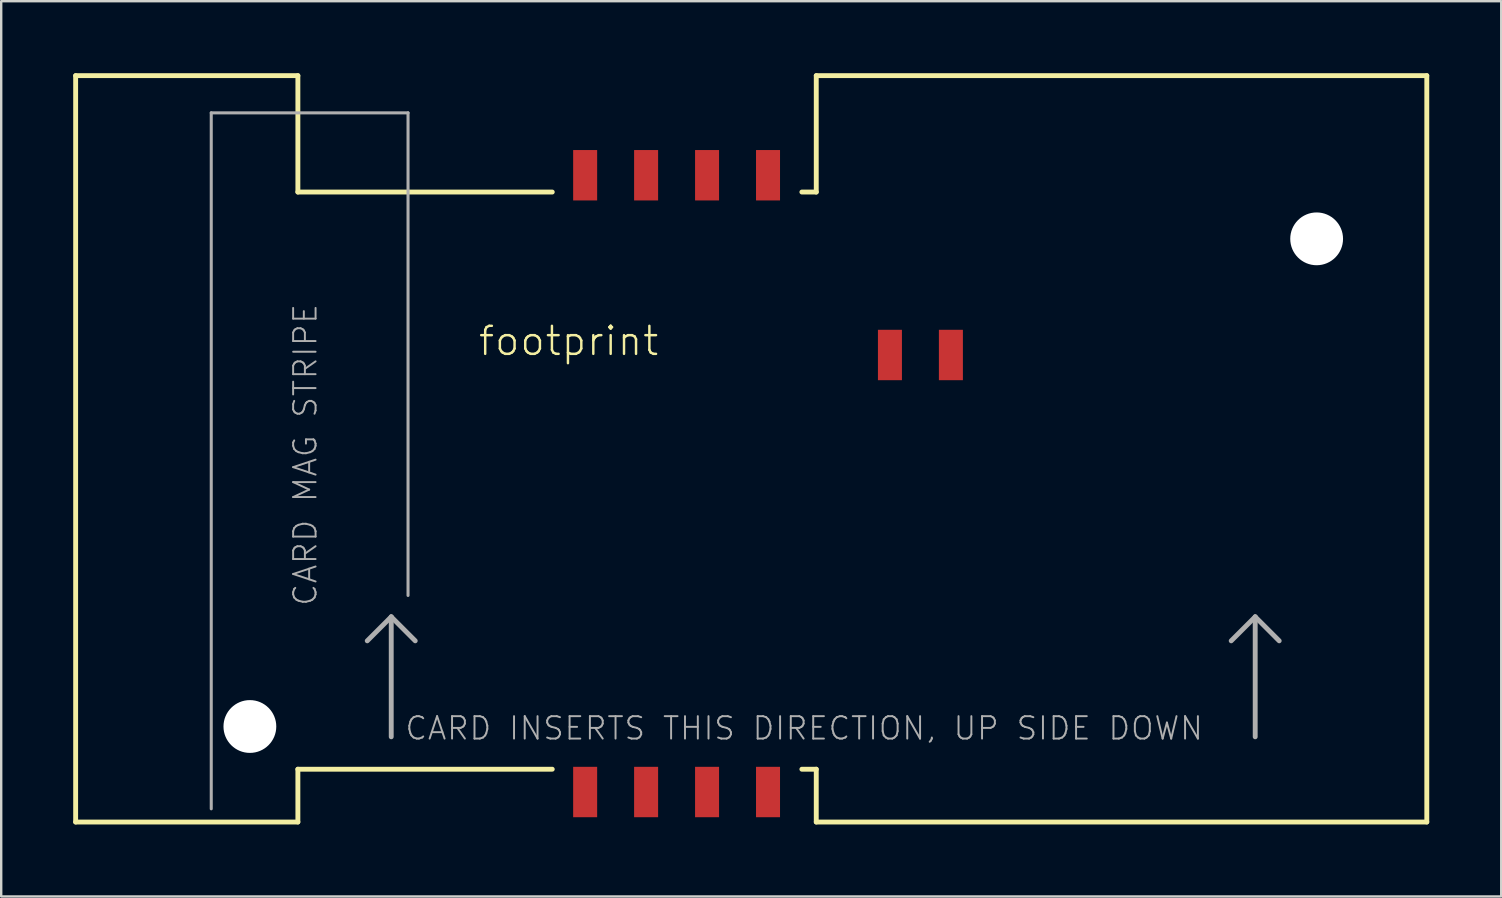
<source format=kicad_pcb>
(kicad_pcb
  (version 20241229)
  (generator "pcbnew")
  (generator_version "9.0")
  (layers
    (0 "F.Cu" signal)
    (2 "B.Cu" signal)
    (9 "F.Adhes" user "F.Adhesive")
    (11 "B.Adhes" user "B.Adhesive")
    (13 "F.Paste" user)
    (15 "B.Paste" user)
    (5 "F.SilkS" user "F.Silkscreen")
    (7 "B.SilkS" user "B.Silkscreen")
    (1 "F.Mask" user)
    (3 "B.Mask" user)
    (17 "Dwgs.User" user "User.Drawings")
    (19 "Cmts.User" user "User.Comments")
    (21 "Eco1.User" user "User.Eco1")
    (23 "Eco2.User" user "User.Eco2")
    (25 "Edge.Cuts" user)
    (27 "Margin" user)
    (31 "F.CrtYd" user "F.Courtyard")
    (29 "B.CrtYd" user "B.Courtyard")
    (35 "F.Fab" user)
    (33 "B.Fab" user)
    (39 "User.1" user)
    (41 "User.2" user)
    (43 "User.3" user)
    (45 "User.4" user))
  (footprint "footprint"
    (layer "F.Cu")
    (at 28.252 15.652)
    (property "Reference" "footprint" (at -11.43 -3.81 0) (layer "F.SilkS") (effects (font (size 1.168 1.168) (thickness 0.102)) (justify left bottom)))
    (fp_line (start -28.15 -15.55) (end -18.89 -15.55) (stroke (width 0.203) (type solid)) (layer "F.SilkS"))
    (fp_line (start -28.15 15.55) (end -28.15 -15.55) (stroke (width 0.203) (type solid)) (layer "F.SilkS"))
    (fp_line (start -18.89 -10.7) (end -18.89 -15.55) (stroke (width 0.203) (type solid)) (layer "F.SilkS"))
    (fp_line (start -18.89 -10.7) (end -8.29 -10.7) (stroke (width 0.203) (type solid)) (layer "F.SilkS"))
    (fp_line (start -18.89 13.35) (end -18.89 15.55) (stroke (width 0.203) (type solid)) (layer "F.SilkS"))
    (fp_line (start -18.89 13.35) (end -8.29 13.35) (stroke (width 0.203) (type solid)) (layer "F.SilkS"))
    (fp_line (start -18.89 15.55) (end -28.15 15.55) (stroke (width 0.203) (type solid)) (layer "F.SilkS"))
    (fp_line (start 2.11 -10.7) (end 2.71 -10.7) (stroke (width 0.203) (type solid)) (layer "F.SilkS"))
    (fp_line (start 2.11 13.35) (end 2.71 13.35) (stroke (width 0.203) (type solid)) (layer "F.SilkS"))
    (fp_line (start 2.71 -15.55) (end 28.15 -15.55) (stroke (width 0.203) (type solid)) (layer "F.SilkS"))
    (fp_line (start 2.71 -10.7) (end 2.71 -15.55) (stroke (width 0.203) (type solid)) (layer "F.SilkS"))
    (fp_line (start 2.71 13.35) (end 2.71 15.55) (stroke (width 0.203) (type solid)) (layer "F.SilkS"))
    (fp_line (start 28.15 -15.55) (end 28.15 15.55) (stroke (width 0.203) (type solid)) (layer "F.SilkS"))
    (fp_line (start 28.15 15.55) (end 2.71 15.55) (stroke (width 0.203) (type solid)) (layer "F.SilkS"))
    (fp_line (start -22.5 -14) (end -22.5 15) (stroke (width 0.127) (type solid)) (layer "F.Fab"))
    (fp_line (start -15 7) (end -16 8) (stroke (width 0.203) (type solid)) (layer "F.Fab"))
    (fp_line (start -15 7) (end -14 8) (stroke (width 0.203) (type solid)) (layer "F.Fab"))
    (fp_line (start -15 12) (end -15 7) (stroke (width 0.203) (type solid)) (layer "F.Fab"))
    (fp_line (start -14.3 -14) (end -22.5 -14) (stroke (width 0.127) (type solid)) (layer "F.Fab"))
    (fp_line (start -14.3 6.11) (end -14.3 -14) (stroke (width 0.127) (type solid)) (layer "F.Fab"))
    (fp_line (start 21 7) (end 20 8) (stroke (width 0.203) (type solid)) (layer "F.Fab"))
    (fp_line (start 21 7) (end 22 8) (stroke (width 0.203) (type solid)) (layer "F.Fab"))
    (fp_line (start 21 12) (end 21 7) (stroke (width 0.203) (type solid)) (layer "F.Fab"))
    (fp_text user "CARD MAG STRIPE" (at -18.034 6.604 90) (layer "F.Fab") (effects (font (size 0.935 0.935) (thickness 0.081)) (justify left bottom)))
    (fp_text user "CARD INSERTS THIS DIRECTION, UP SIDE DOWN" (at -14.478 12.192 0) (layer "F.Fab") (effects (font (size 0.935 0.935) (thickness 0.081)) (justify left bottom)))
    (pad "" np_thru_hole circle (at -20.89 11.57) (size 2.2 2.2) (drill 2.2) (layers "*.Cu" "*.Mask"))
    (pad "" np_thru_hole circle (at 23.56 -8.75) (size 2.2 2.2) (drill 2.2) (layers "*.Cu" "*.Mask"))
    (pad "C1" smd rect (at -6.92 -11.4 90) (size 2.1 1) (layers "F.Cu" "F.Mask" "F.Paste"))
    (pad "C2" smd rect (at -4.38 -11.4 90) (size 2.1 1) (layers "F.Cu" "F.Mask" "F.Paste"))
    (pad "C3" smd rect (at -1.84 -11.4 90) (size 2.1 1) (layers "F.Cu" "F.Mask" "F.Paste"))
    (pad "C4" smd rect (at 0.7 -11.4 90) (size 2.1 1) (layers "F.Cu" "F.Mask" "F.Paste"))
    (pad "C5" smd rect (at -6.92 14.3 90) (size 2.1 1) (layers "F.Cu" "F.Mask" "F.Paste"))
    (pad "C6" smd rect (at -4.38 14.3 90) (size 2.1 1) (layers "F.Cu" "F.Mask" "F.Paste"))
    (pad "C7" smd rect (at -1.84 14.3 90) (size 2.1 1) (layers "F.Cu" "F.Mask" "F.Paste"))
    (pad "C8" smd rect (at 0.7 14.3 90) (size 2.1 1) (layers "F.Cu" "F.Mask" "F.Paste"))
    (pad "P1" smd rect (at 5.78 -3.91 90) (size 2.1 1) (layers "F.Cu" "F.Mask" "F.Paste"))
    (pad "P2" smd rect (at 8.32 -3.91 90) (size 2.1 1) (layers "F.Cu" "F.Mask" "F.Paste")))
  (gr_rect
    (start -3 -3)
    (end 59.503 34.303)
    (stroke (width 0.1) (type default))
    (fill no)
    (layer "Edge.Cuts")))
</source>
